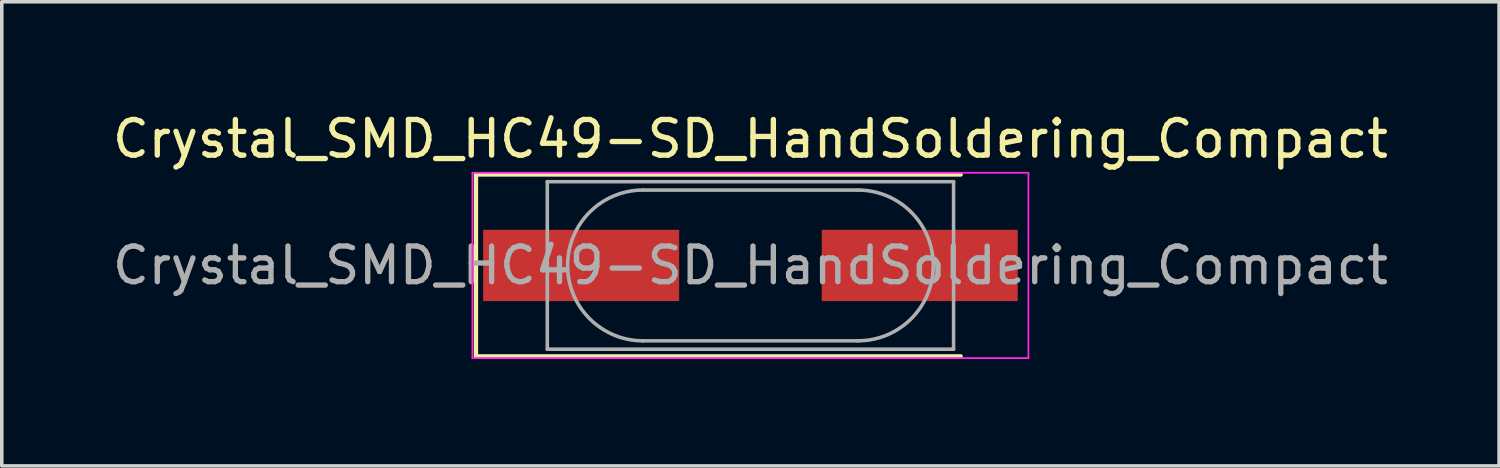
<source format=kicad_pcb>
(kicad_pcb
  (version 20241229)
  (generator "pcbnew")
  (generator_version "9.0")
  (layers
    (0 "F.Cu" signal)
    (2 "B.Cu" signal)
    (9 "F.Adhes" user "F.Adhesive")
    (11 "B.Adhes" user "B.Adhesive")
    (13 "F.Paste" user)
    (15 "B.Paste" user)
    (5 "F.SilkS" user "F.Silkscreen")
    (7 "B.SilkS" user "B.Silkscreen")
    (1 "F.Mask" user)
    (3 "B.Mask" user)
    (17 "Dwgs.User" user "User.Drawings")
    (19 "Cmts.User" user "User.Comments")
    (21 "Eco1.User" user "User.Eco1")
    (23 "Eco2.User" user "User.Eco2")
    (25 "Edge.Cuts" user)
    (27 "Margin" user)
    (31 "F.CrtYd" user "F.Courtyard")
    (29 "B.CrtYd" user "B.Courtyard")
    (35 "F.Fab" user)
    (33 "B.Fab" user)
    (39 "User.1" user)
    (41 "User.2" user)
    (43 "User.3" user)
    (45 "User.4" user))
  (footprint "Crystal_SMD_HC49-SD_HandSoldering_Compact"
    (layer "F.Cu")
    (at 18.006 4.398)
    (property "Reference" "Crystal_SMD_HC49-SD_HandSoldering_Compact" (at 0 -3.55 0) (layer "F.SilkS") (effects (font (size 1 1) (thickness 0.15))))
    (attr smd)
    (fp_line (start -7.7 -2.55) (end -7.7 2.55) (stroke (width 0.12) (type solid)) (layer "F.SilkS"))
    (fp_line (start -7.7 2.55) (end 5.9 2.55) (stroke (width 0.12) (type solid)) (layer "F.SilkS"))
    (fp_line (start 5.9 -2.55) (end -7.7 -2.55) (stroke (width 0.12) (type solid)) (layer "F.SilkS"))
    (fp_line (start -7.8 -2.6) (end -7.8 2.6) (stroke (width 0.05) (type solid)) (layer "F.CrtYd"))
    (fp_line (start -7.8 2.6) (end 7.8 2.6) (stroke (width 0.05) (type solid)) (layer "F.CrtYd"))
    (fp_line (start 7.8 -2.6) (end -7.8 -2.6) (stroke (width 0.05) (type solid)) (layer "F.CrtYd"))
    (fp_line (start 7.8 2.6) (end 7.8 -2.6) (stroke (width 0.05) (type solid)) (layer "F.CrtYd"))
    (fp_line (start -5.7 -2.35) (end -5.7 2.35) (stroke (width 0.1) (type solid)) (layer "F.Fab"))
    (fp_line (start -5.7 2.35) (end 5.7 2.35) (stroke (width 0.1) (type solid)) (layer "F.Fab"))
    (fp_line (start -3.015 -2.115) (end 3.015 -2.115) (stroke (width 0.1) (type solid)) (layer "F.Fab"))
    (fp_line (start -3.015 2.115) (end 3.015 2.115) (stroke (width 0.1) (type solid)) (layer "F.Fab"))
    (fp_line (start 5.7 -2.35) (end -5.7 -2.35) (stroke (width 0.1) (type solid)) (layer "F.Fab"))
    (fp_line (start 5.7 2.35) (end 5.7 -2.35) (stroke (width 0.1) (type solid)) (layer "F.Fab"))
    (fp_arc (start -3.015 2.115) (mid -5.13 0) (end -3.015 -2.115) (stroke (width 0.1) (type solid)) (layer "F.Fab"))
    (fp_arc (start 3.015 -2.115) (mid 5.13 0) (end 3.015 2.115) (stroke (width 0.1) (type solid)) (layer "F.Fab"))
    (fp_text user "${REFERENCE}" (at 0 0 0) (layer "F.Fab") (effects (font (size 1 1) (thickness 0.15))))
    (pad "1" smd rect (at -4.75 0) (size 5.5 2) (layers "F.Cu" "F.Mask" "F.Paste"))
    (pad "2" smd rect (at 4.75 0) (size 5.5 2) (layers "F.Cu" "F.Mask" "F.Paste")))
  (gr_rect
    (start -3 -3)
    (end 39.012 10.023)
    (stroke (width 0.1) (type default))
    (fill no)
    (layer "Edge.Cuts")))
</source>
